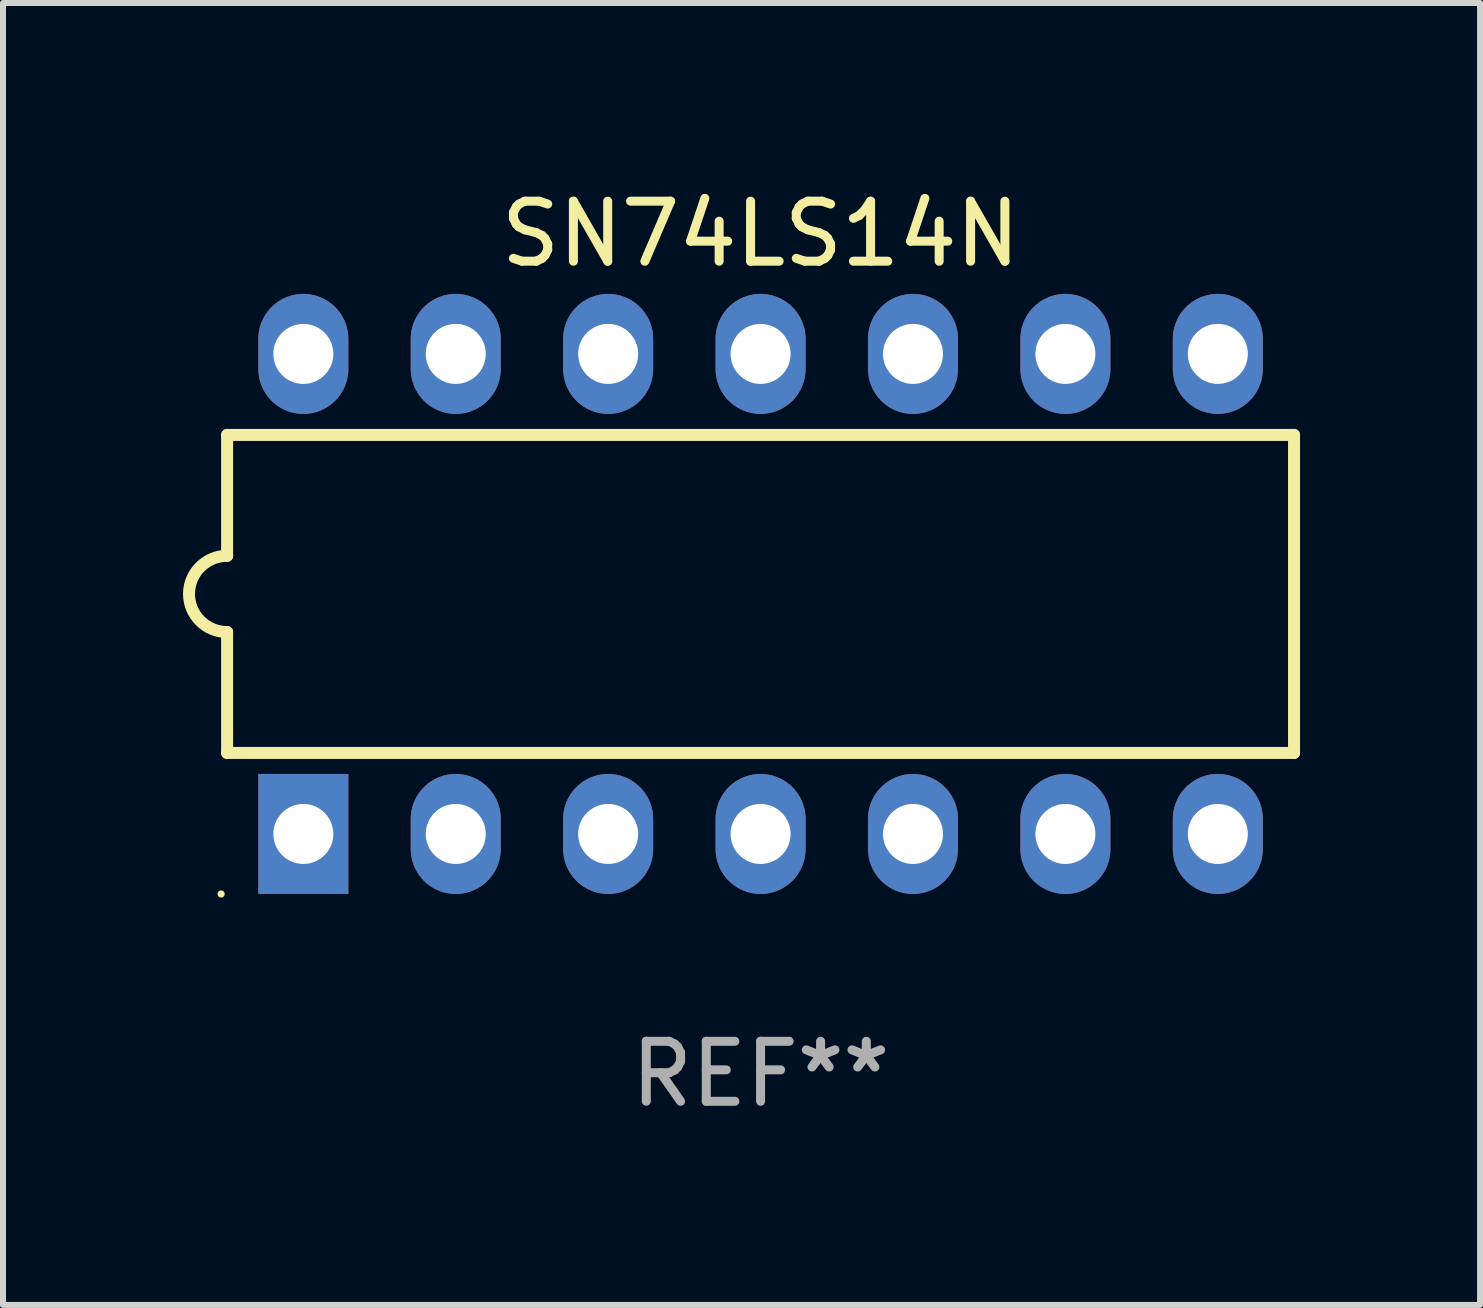
<source format=kicad_pcb>
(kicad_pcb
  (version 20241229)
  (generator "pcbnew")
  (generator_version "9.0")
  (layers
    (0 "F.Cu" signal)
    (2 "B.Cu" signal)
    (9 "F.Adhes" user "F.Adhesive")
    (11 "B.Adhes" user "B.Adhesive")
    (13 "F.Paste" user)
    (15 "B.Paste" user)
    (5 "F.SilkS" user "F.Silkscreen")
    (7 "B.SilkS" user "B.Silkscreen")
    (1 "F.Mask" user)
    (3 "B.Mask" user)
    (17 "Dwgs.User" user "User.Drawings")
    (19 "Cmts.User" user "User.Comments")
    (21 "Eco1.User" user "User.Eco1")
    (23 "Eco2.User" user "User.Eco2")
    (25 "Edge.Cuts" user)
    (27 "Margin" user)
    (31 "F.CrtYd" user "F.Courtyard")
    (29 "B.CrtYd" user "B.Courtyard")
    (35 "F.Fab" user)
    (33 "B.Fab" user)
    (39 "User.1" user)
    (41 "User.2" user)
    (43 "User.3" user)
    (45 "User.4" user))
  (footprint "SN74LS14N"
    (layer "F.Cu")
    (at 9.625 6.848)
    (property "Reference" "SN74LS14N" (at 0 -6 0) (layer "F.SilkS") (effects (font (size 1 1) (thickness 0.15))))
    (attr through_hole)
    (fp_line (start -8.89 -2.65) (end -8.89 -0.635) (stroke (width 0.2) (type solid)) (layer "F.SilkS"))
    (fp_line (start -8.89 0.635) (end -8.89 2.65) (stroke (width 0.2) (type solid)) (layer "F.SilkS"))
    (fp_line (start -8.89 2.65) (end 8.89 2.65) (stroke (width 0.2) (type solid)) (layer "F.SilkS"))
    (fp_line (start 8.89 -2.65) (end -8.89 -2.65) (stroke (width 0.2) (type solid)) (layer "F.SilkS"))
    (fp_line (start 8.89 2.65) (end 8.89 -2.65) (stroke (width 0.2) (type solid)) (layer "F.SilkS"))
    (fp_arc (start -8.890018 0.635001) (mid -9.525019 0) (end -8.890018 -0.635001) (stroke (width 0.2) (type solid)) (layer "F.SilkS"))
    (fp_circle (center -8.99 5) (end -8.96 5) (stroke (width 0.06) (type solid)) (fill no) (layer "F.SilkS"))
    (fp_text user "REF**" (at 0 8 0) (layer "F.Fab") (effects (font (size 1 1) (thickness 0.15))))
    (pad "1" thru_hole rect (at -7.62 4 90) (size 2 1.5) (drill 1) (layers "*.Cu" "*.Mask"))
    (pad "2" thru_hole oval (at -5.08 4 90) (size 2 1.5) (drill 1) (layers "*.Cu" "*.Mask"))
    (pad "3" thru_hole oval (at -2.54 4 90) (size 2 1.5) (drill 1) (layers "*.Cu" "*.Mask"))
    (pad "4" thru_hole oval (at 0 4 90) (size 2 1.5) (drill 1) (layers "*.Cu" "*.Mask"))
    (pad "5" thru_hole oval (at 2.54 4 90) (size 2 1.5) (drill 1) (layers "*.Cu" "*.Mask"))
    (pad "6" thru_hole oval (at 5.08 4 90) (size 2 1.5) (drill 1) (layers "*.Cu" "*.Mask"))
    (pad "7" thru_hole oval (at 7.62 4 90) (size 2 1.5) (drill 1) (layers "*.Cu" "*.Mask"))
    (pad "8" thru_hole oval (at 7.62 -4 90) (size 2 1.5) (drill 1) (layers "*.Cu" "*.Mask"))
    (pad "9" thru_hole oval (at 5.08 -4 90) (size 2 1.5) (drill 1) (layers "*.Cu" "*.Mask"))
    (pad "10" thru_hole oval (at 2.54 -4 90) (size 2 1.5) (drill 1) (layers "*.Cu" "*.Mask"))
    (pad "11" thru_hole oval (at 0 -4 90) (size 2 1.5) (drill 1) (layers "*.Cu" "*.Mask"))
    (pad "12" thru_hole oval (at -2.54 -4 90) (size 2 1.5) (drill 1) (layers "*.Cu" "*.Mask"))
    (pad "13" thru_hole oval (at -5.08 -4 90) (size 2 1.5) (drill 1) (layers "*.Cu" "*.Mask"))
    (pad "14" thru_hole oval (at -7.62 -4 90) (size 2 1.5) (drill 1) (layers "*.Cu" "*.Mask")))
  (gr_rect
    (start -3 -3)
    (end 21.615 18.697)
    (stroke (width 0.1) (type default))
    (fill no)
    (layer "Edge.Cuts")))
</source>
